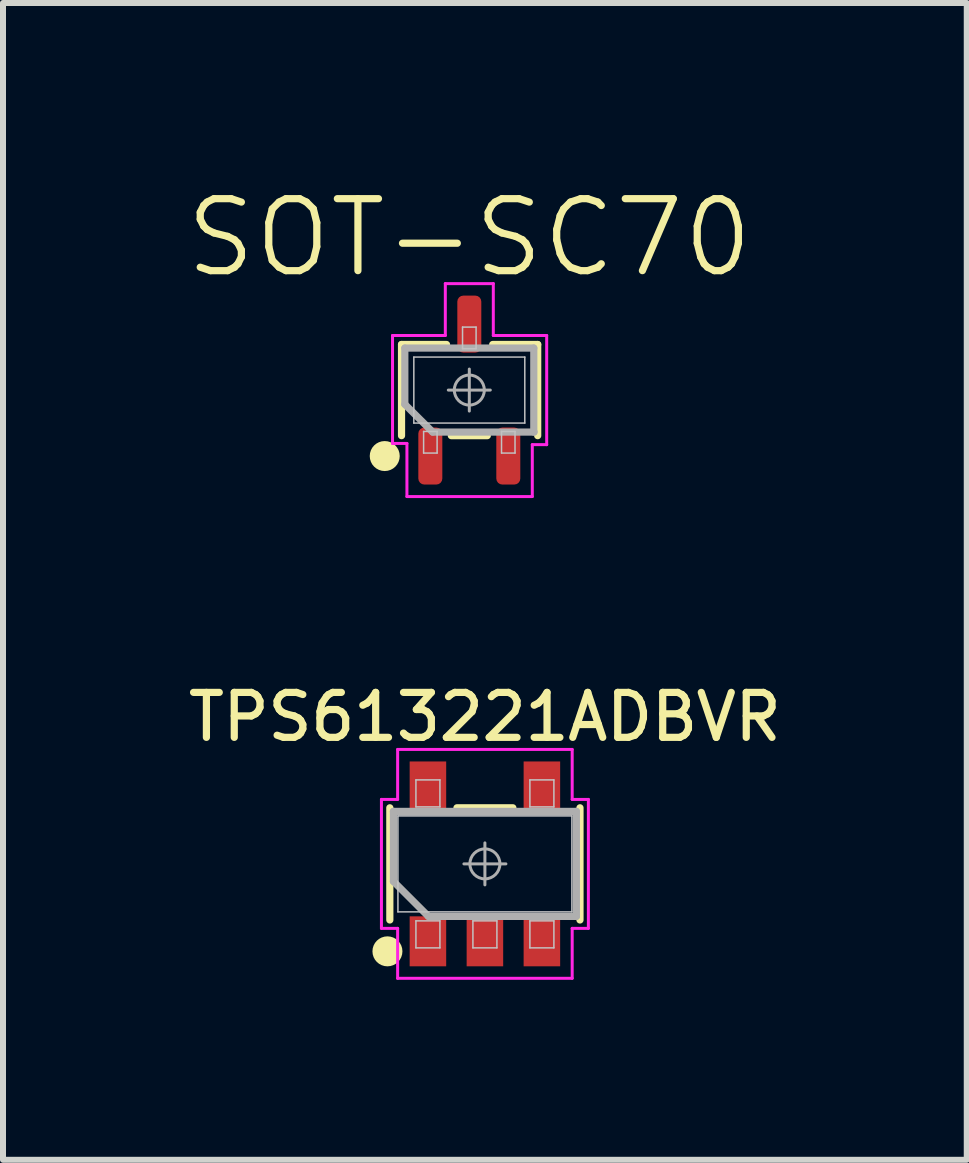
<source format=kicad_pcb>
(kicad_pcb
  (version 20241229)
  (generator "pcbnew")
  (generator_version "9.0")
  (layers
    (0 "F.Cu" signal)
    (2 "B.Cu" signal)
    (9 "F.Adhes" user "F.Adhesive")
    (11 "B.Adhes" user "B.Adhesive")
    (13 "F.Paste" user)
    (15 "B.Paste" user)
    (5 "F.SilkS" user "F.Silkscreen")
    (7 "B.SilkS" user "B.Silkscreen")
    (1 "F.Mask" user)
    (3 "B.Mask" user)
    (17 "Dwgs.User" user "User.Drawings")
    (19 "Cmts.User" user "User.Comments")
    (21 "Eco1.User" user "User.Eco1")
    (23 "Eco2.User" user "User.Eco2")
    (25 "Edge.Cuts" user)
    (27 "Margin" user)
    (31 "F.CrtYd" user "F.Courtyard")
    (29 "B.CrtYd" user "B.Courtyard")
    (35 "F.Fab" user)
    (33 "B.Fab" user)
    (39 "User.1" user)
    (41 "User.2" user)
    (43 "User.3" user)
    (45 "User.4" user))
  (footprint "SOT-SC70"
    (layer "F.Cu")
    (at 4.774 3.453)
    (property "Reference" "SOT-SC70" (at 0 -2.54 0) (layer "F.SilkS") (effects (font (size 1.2 1.2) (thickness 0.12))))
    (attr smd)
    (fp_line (start -1.13 -0.76) (end -0.38 -0.76) (stroke (width 0.12) (type solid)) (layer "F.SilkS"))
    (fp_line (start -1.13 0.76) (end -1.13 -0.76) (stroke (width 0.12) (type solid)) (layer "F.SilkS"))
    (fp_line (start 0.3 0.76) (end -0.3 0.76) (stroke (width 0.12) (type solid)) (layer "F.SilkS"))
    (fp_line (start 0.39 -0.76) (end 1.14 -0.76) (stroke (width 0.12) (type solid)) (layer "F.SilkS"))
    (fp_line (start 1.14 -0.76) (end 1.14 0.76) (stroke (width 0.12) (type solid)) (layer "F.SilkS"))
    (fp_circle (center -1.41 1.1) (end -1.41 1.225) (stroke (width 0.25) (type solid)) (fill no) (layer "F.SilkS"))
    (fp_line (start -0.925 -0.55) (end 0.925 -0.55) (stroke (width 0.025) (type solid)) (layer "Dwgs.User"))
    (fp_line (start -0.925 0.55) (end -0.925 -0.55) (stroke (width 0.025) (type solid)) (layer "Dwgs.User"))
    (fp_line (start -0.762 0.69) (end -0.537 0.69) (stroke (width 0.025) (type solid)) (layer "Dwgs.User"))
    (fp_line (start -0.762 1.05) (end -0.762 0.69) (stroke (width 0.025) (type solid)) (layer "Dwgs.User"))
    (fp_line (start -0.537 0.69) (end -0.537 1.05) (stroke (width 0.025) (type solid)) (layer "Dwgs.User"))
    (fp_line (start -0.537 1.05) (end -0.762 1.05) (stroke (width 0.025) (type solid)) (layer "Dwgs.User"))
    (fp_line (start -0.113 -1.05) (end 0.113 -1.05) (stroke (width 0.025) (type solid)) (layer "Dwgs.User"))
    (fp_line (start -0.113 -0.69) (end -0.113 -1.05) (stroke (width 0.025) (type solid)) (layer "Dwgs.User"))
    (fp_line (start 0.113 -1.05) (end 0.113 -0.69) (stroke (width 0.025) (type solid)) (layer "Dwgs.User"))
    (fp_line (start 0.113 -0.69) (end -0.113 -0.69) (stroke (width 0.025) (type solid)) (layer "Dwgs.User"))
    (fp_line (start 0.537 0.69) (end 0.762 0.69) (stroke (width 0.025) (type solid)) (layer "Dwgs.User"))
    (fp_line (start 0.537 1.05) (end 0.537 0.69) (stroke (width 0.025) (type solid)) (layer "Dwgs.User"))
    (fp_line (start 0.762 0.69) (end 0.762 1.05) (stroke (width 0.025) (type solid)) (layer "Dwgs.User"))
    (fp_line (start 0.762 1.05) (end 0.537 1.05) (stroke (width 0.025) (type solid)) (layer "Dwgs.User"))
    (fp_line (start 0.925 -0.55) (end 0.925 0.55) (stroke (width 0.025) (type solid)) (layer "Dwgs.User"))
    (fp_line (start 0.925 0.55) (end -0.925 0.55) (stroke (width 0.025) (type solid)) (layer "Dwgs.User"))
    (fp_line (start -1.28 -0.91) (end -1.28 0.89) (stroke (width 0.05) (type solid)) (layer "F.CrtYd"))
    (fp_line (start -1.28 0.89) (end -1.04 0.89) (stroke (width 0.05) (type solid)) (layer "F.CrtYd"))
    (fp_line (start -1.04 0.89) (end -1.04 1.775) (stroke (width 0.05) (type solid)) (layer "F.CrtYd"))
    (fp_line (start -1.04 1.775) (end 1.05 1.775) (stroke (width 0.05) (type solid)) (layer "F.CrtYd"))
    (fp_line (start -0.4 -1.775) (end -0.4 -0.91) (stroke (width 0.05) (type solid)) (layer "F.CrtYd"))
    (fp_line (start -0.4 -0.91) (end -1.28 -0.91) (stroke (width 0.05) (type solid)) (layer "F.CrtYd"))
    (fp_line (start 0.4 -1.775) (end -0.4 -1.775) (stroke (width 0.05) (type solid)) (layer "F.CrtYd"))
    (fp_line (start 0.4 -0.91) (end 0.4 -1.775) (stroke (width 0.05) (type solid)) (layer "F.CrtYd"))
    (fp_line (start 1.05 0.91) (end 1.29 0.91) (stroke (width 0.05) (type solid)) (layer "F.CrtYd"))
    (fp_line (start 1.05 1.775) (end 1.05 0.91) (stroke (width 0.05) (type solid)) (layer "F.CrtYd"))
    (fp_line (start 1.29 -0.91) (end 0.4 -0.91) (stroke (width 0.05) (type solid)) (layer "F.CrtYd"))
    (fp_line (start 1.29 0.91) (end 1.29 -0.91) (stroke (width 0.05) (type solid)) (layer "F.CrtYd"))
    (fp_line (start -1.075 -0.7) (end 1.075 -0.7) (stroke (width 0.12) (type solid)) (layer "F.Fab"))
    (fp_line (start -1.075 0.236) (end -1.075 -0.7) (stroke (width 0.12) (type solid)) (layer "F.Fab"))
    (fp_line (start -0.611 0.7) (end -1.075 0.237) (stroke (width 0.12) (type solid)) (layer "F.Fab"))
    (fp_line (start -0.35 0) (end 0.35 0) (stroke (width 0.05) (type solid)) (layer "F.Fab"))
    (fp_line (start 0 -0.35) (end 0 0.35) (stroke (width 0.05) (type solid)) (layer "F.Fab"))
    (fp_line (start 1.075 -0.7) (end 1.075 0.7) (stroke (width 0.12) (type solid)) (layer "F.Fab"))
    (fp_line (start 1.08 0.7) (end -0.611 0.7) (stroke (width 0.12) (type solid)) (layer "F.Fab"))
    (fp_circle (center 0 0) (end 0.25 0) (stroke (width 0.05) (type solid)) (fill no) (layer "F.Fab"))
    (pad "1" smd roundrect (at -0.65 1.1) (size 0.4 0.95) (layers "F.Cu" "F.Mask" "F.Paste") (roundrect_rratio 0.25))
    (pad "2" smd roundrect (at 0.65 1.1) (size 0.4 0.95) (layers "F.Cu" "F.Mask" "F.Paste") (roundrect_rratio 0.25))
    (pad "3" smd roundrect (at 0 -1.1) (size 0.4 0.95) (layers "F.Cu" "F.Mask" "F.Paste") (roundrect_rratio 0.25)))
  (footprint "TPS613221ADBVR"
    (layer "F.Cu")
    (at 5.034 11.352)
    (property "Reference" "TPS613221ADBVR" (at 0 -2.45 0) (layer "F.SilkS") (effects (font (size 0.75 0.75) (thickness 0.12))))
    (attr smd)
    (fp_line (start -1.585 0.935) (end -1.585 -0.935) (stroke (width 0.12) (type solid)) (layer "F.SilkS"))
    (fp_line (start 0.466 -0.935) (end -0.466 -0.935) (stroke (width 0.12) (type solid)) (layer "F.SilkS"))
    (fp_line (start 1.585 -0.935) (end 1.585 0.935) (stroke (width 0.12) (type solid)) (layer "F.SilkS"))
    (fp_circle (center -1.625 1.458) (end -1.625 1.583) (stroke (width 0.25) (type solid)) (fill no) (layer "F.SilkS"))
    (fp_line (start -1.45 -0.8) (end 1.45 -0.8) (stroke (width 0.025) (type solid)) (layer "Dwgs.User"))
    (fp_line (start -1.45 0.8) (end -1.45 -0.8) (stroke (width 0.025) (type solid)) (layer "Dwgs.User"))
    (fp_line (start -1.15 -1.4) (end -0.75 -1.4) (stroke (width 0.025) (type solid)) (layer "Dwgs.User"))
    (fp_line (start -1.15 -0.95) (end -1.15 -1.4) (stroke (width 0.025) (type solid)) (layer "Dwgs.User"))
    (fp_line (start -1.15 0.95) (end -0.75 0.95) (stroke (width 0.025) (type solid)) (layer "Dwgs.User"))
    (fp_line (start -1.15 1.4) (end -1.15 0.95) (stroke (width 0.025) (type solid)) (layer "Dwgs.User"))
    (fp_line (start -0.75 -1.4) (end -0.75 -0.95) (stroke (width 0.025) (type solid)) (layer "Dwgs.User"))
    (fp_line (start -0.75 -0.95) (end -1.15 -0.95) (stroke (width 0.025) (type solid)) (layer "Dwgs.User"))
    (fp_line (start -0.75 0.95) (end -0.75 1.4) (stroke (width 0.025) (type solid)) (layer "Dwgs.User"))
    (fp_line (start -0.75 1.4) (end -1.15 1.4) (stroke (width 0.025) (type solid)) (layer "Dwgs.User"))
    (fp_line (start -0.2 0.95) (end 0.2 0.95) (stroke (width 0.025) (type solid)) (layer "Dwgs.User"))
    (fp_line (start -0.2 1.4) (end -0.2 0.95) (stroke (width 0.025) (type solid)) (layer "Dwgs.User"))
    (fp_line (start 0.2 0.95) (end 0.2 1.4) (stroke (width 0.025) (type solid)) (layer "Dwgs.User"))
    (fp_line (start 0.2 1.4) (end -0.2 1.4) (stroke (width 0.025) (type solid)) (layer "Dwgs.User"))
    (fp_line (start 0.75 -1.4) (end 1.15 -1.4) (stroke (width 0.025) (type solid)) (layer "Dwgs.User"))
    (fp_line (start 0.75 -0.95) (end 0.75 -1.4) (stroke (width 0.025) (type solid)) (layer "Dwgs.User"))
    (fp_line (start 0.75 0.95) (end 1.15 0.95) (stroke (width 0.025) (type solid)) (layer "Dwgs.User"))
    (fp_line (start 0.75 1.4) (end 0.75 0.95) (stroke (width 0.025) (type solid)) (layer "Dwgs.User"))
    (fp_line (start 1.15 -1.4) (end 1.15 -0.95) (stroke (width 0.025) (type solid)) (layer "Dwgs.User"))
    (fp_line (start 1.15 -0.95) (end 0.75 -0.95) (stroke (width 0.025) (type solid)) (layer "Dwgs.User"))
    (fp_line (start 1.15 0.95) (end 1.15 1.4) (stroke (width 0.025) (type solid)) (layer "Dwgs.User"))
    (fp_line (start 1.15 1.4) (end 0.75 1.4) (stroke (width 0.025) (type solid)) (layer "Dwgs.User"))
    (fp_line (start 1.45 -0.8) (end 1.45 0.8) (stroke (width 0.025) (type solid)) (layer "Dwgs.User"))
    (fp_line (start 1.45 0.8) (end -1.45 0.8) (stroke (width 0.025) (type solid)) (layer "Dwgs.User"))
    (fp_line (start -1.725 -1.075) (end -1.725 1.075) (stroke (width 0.05) (type solid)) (layer "F.CrtYd"))
    (fp_line (start -1.725 1.075) (end -1.455 1.075) (stroke (width 0.05) (type solid)) (layer "F.CrtYd"))
    (fp_line (start -1.455 -1.908) (end -1.455 -1.075) (stroke (width 0.05) (type solid)) (layer "F.CrtYd"))
    (fp_line (start -1.455 -1.075) (end -1.725 -1.075) (stroke (width 0.05) (type solid)) (layer "F.CrtYd"))
    (fp_line (start -1.455 1.075) (end -1.455 1.908) (stroke (width 0.05) (type solid)) (layer "F.CrtYd"))
    (fp_line (start -1.455 1.908) (end 1.455 1.908) (stroke (width 0.05) (type solid)) (layer "F.CrtYd"))
    (fp_line (start 1.455 -1.908) (end -1.455 -1.908) (stroke (width 0.05) (type solid)) (layer "F.CrtYd"))
    (fp_line (start 1.455 -1.075) (end 1.455 -1.908) (stroke (width 0.05) (type solid)) (layer "F.CrtYd"))
    (fp_line (start 1.455 1.075) (end 1.725 1.075) (stroke (width 0.05) (type solid)) (layer "F.CrtYd"))
    (fp_line (start 1.455 1.908) (end 1.455 1.075) (stroke (width 0.05) (type solid)) (layer "F.CrtYd"))
    (fp_line (start 1.725 -1.075) (end 1.455 -1.075) (stroke (width 0.05) (type solid)) (layer "F.CrtYd"))
    (fp_line (start 1.725 1.075) (end 1.725 -1.075) (stroke (width 0.05) (type solid)) (layer "F.CrtYd"))
    (fp_line (start -1.525 -0.875) (end 1.525 -0.875) (stroke (width 0.12) (type solid)) (layer "F.Fab"))
    (fp_line (start -1.525 0.292) (end -1.525 -0.875) (stroke (width 0.12) (type solid)) (layer "F.Fab"))
    (fp_line (start -0.942 0.875) (end -1.525 0.292) (stroke (width 0.12) (type solid)) (layer "F.Fab"))
    (fp_line (start -0.35 0) (end 0.35 0) (stroke (width 0.05) (type solid)) (layer "F.Fab"))
    (fp_line (start 0 -0.35) (end 0 0.35) (stroke (width 0.05) (type solid)) (layer "F.Fab"))
    (fp_line (start 1.525 -0.875) (end 1.525 0.875) (stroke (width 0.12) (type solid)) (layer "F.Fab"))
    (fp_line (start 1.525 0.875) (end -0.942 0.875) (stroke (width 0.12) (type solid)) (layer "F.Fab"))
    (fp_circle (center 0 0) (end 0.25 0) (stroke (width 0.05) (type solid)) (fill no) (layer "F.Fab"))
    (pad "1" smd rect (at -0.95 1.291 90) (size 0.833 0.609) (layers "F.Cu" "F.Mask" "F.Paste"))
    (pad "2" smd rect (at 0 1.291 90) (size 0.833 0.609) (layers "F.Cu" "F.Mask" "F.Paste"))
    (pad "3" smd rect (at 0.95 1.291 90) (size 0.833 0.609) (layers "F.Cu" "F.Mask" "F.Paste"))
    (pad "4" smd rect (at 0.95 -1.291 90) (size 0.833 0.609) (layers "F.Cu" "F.Mask" "F.Paste"))
    (pad "5" smd rect (at -0.95 -1.291 90) (size 0.833 0.609) (layers "F.Cu" "F.Mask" "F.Paste")))
  (gr_rect
    (start -3 -3)
    (end 13.067 16.285)
    (stroke (width 0.1) (type default))
    (fill no)
    (layer "Edge.Cuts")))
</source>
